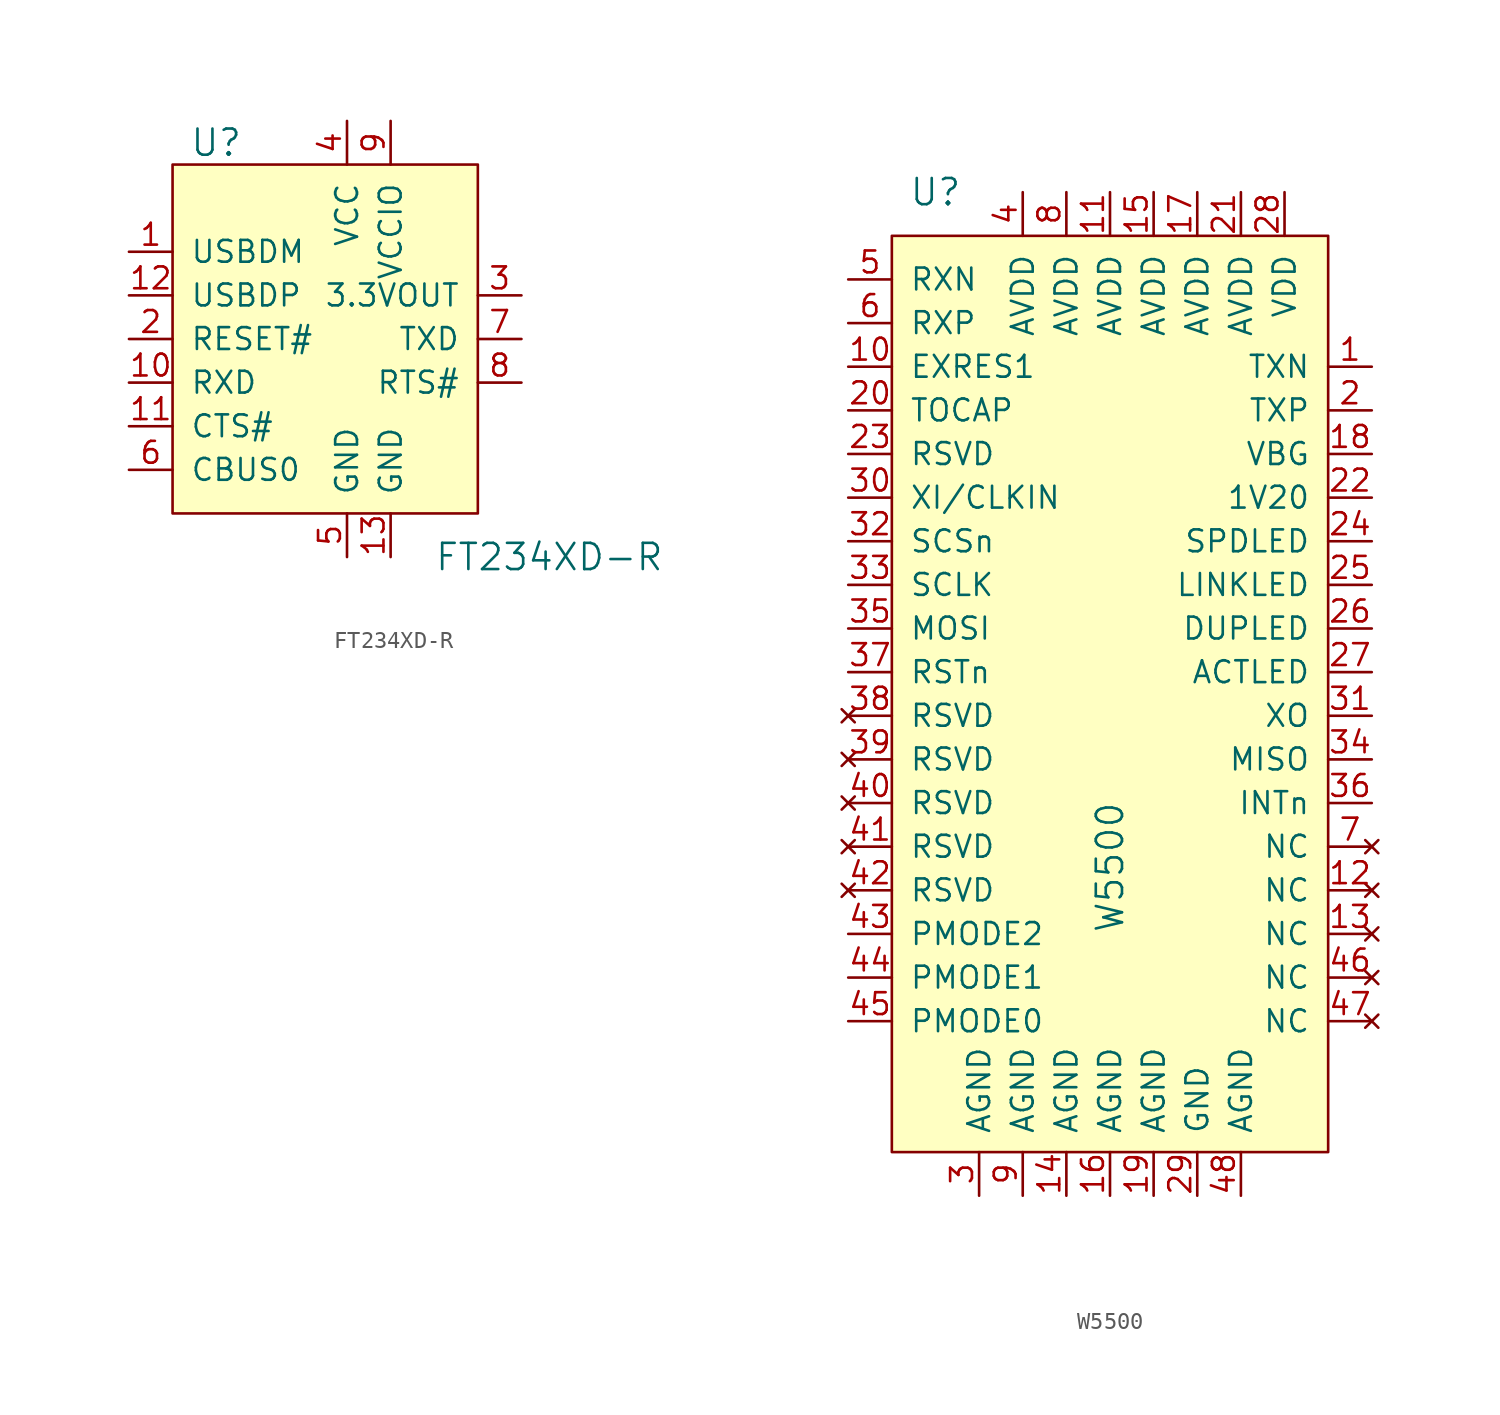
<source format=kicad_sym>
(kicad_symbol_lib
  (version 20220914)
  (generator kicad_symbol_editor)
  (symbol "FT234XD-R"
    (pin_names
      (offset 1.016))
    (property "Reference" "U"
      (at -5.08 8.89 0)
      (effects (font (size 1.524 1.524))))
    (property "Value" "FT234XD-R"
      (at 7.62 -15.24 0)
      (effects (font (size 1.524 1.524)) (justify left)))
    (symbol "FT234XD-R_0_1"
      (rectangle (start -7.62 7.62) (end 10.16 -12.7) (stroke (width 0) (type solid)) (fill (type background))))
    (symbol "FT234XD-R_1_1"
      (pin bidirectional line (at -10.16 2.54 0) (length 2.54) (name "USBDM" (effects (font (size 1.27 1.27)))) (number "1" (effects (font (size 1.27 1.27)))))
      (pin input line (at -10.16 -5.08 0) (length 2.54) (name "RXD" (effects (font (size 1.27 1.27)))) (number "10" (effects (font (size 1.27 1.27)))))
      (pin input line (at -10.16 -7.62 0) (length 2.54) (name "CTS#" (effects (font (size 1.27 1.27)))) (number "11" (effects (font (size 1.27 1.27)))))
      (pin bidirectional line (at -10.16 0 0) (length 2.54) (name "USBDP" (effects (font (size 1.27 1.27)))) (number "12" (effects (font (size 1.27 1.27)))))
      (pin power_in line (at 5.08 -15.24 90) (length 2.54) (name "GND" (effects (font (size 1.27 1.27)))) (number "13" (effects (font (size 1.27 1.27)))))
      (pin input line (at -10.16 -2.54 0) (length 2.54) (name "RESET#" (effects (font (size 1.27 1.27)))) (number "2" (effects (font (size 1.27 1.27)))))
      (pin passive line (at 12.7 0 180) (length 2.54) (name "3.3VOUT" (effects (font (size 1.27 1.27)))) (number "3" (effects (font (size 1.27 1.27)))))
      (pin power_in line (at 2.54 10.16 270) (length 2.54) (name "VCC" (effects (font (size 1.27 1.27)))) (number "4" (effects (font (size 1.27 1.27)))))
      (pin power_in line (at 2.54 -15.24 90) (length 2.54) (name "GND" (effects (font (size 1.27 1.27)))) (number "5" (effects (font (size 1.27 1.27)))))
      (pin bidirectional line (at -10.16 -10.16 0) (length 2.54) (name "CBUS0" (effects (font (size 1.27 1.27)))) (number "6" (effects (font (size 1.27 1.27)))))
      (pin output line (at 12.7 -2.54 180) (length 2.54) (name "TXD" (effects (font (size 1.27 1.27)))) (number "7" (effects (font (size 1.27 1.27)))))
      (pin output line (at 12.7 -5.08 180) (length 2.54) (name "RTS#" (effects (font (size 1.27 1.27)))) (number "8" (effects (font (size 1.27 1.27)))))
      (pin power_in line (at 5.08 10.16 270) (length 2.54) (name "VCCIO" (effects (font (size 1.27 1.27)))) (number "9" (effects (font (size 1.27 1.27)))))))
  (symbol "W5500"
    (pin_names
      (offset 1.016))
    (property "Reference" "U"
      (at -15.24 5.08 0)
      (effects (font (size 1.524 1.524))))
    (property "Value" "W5500"
      (at -5.08 -38.1 90)
      (effects (font (size 1.524 1.524)) (justify left)))
    (symbol "W5500_0_1"
      (rectangle (start -17.78 2.54) (end 7.62 -50.8) (stroke (width 0) (type solid)) (fill (type background))))
    (symbol "W5500_1_1"
      (pin output line (at 10.16 -5.08 180) (length 2.54) (name "TXN" (effects (font (size 1.27 1.27)))) (number "1" (effects (font (size 1.27 1.27)))))
      (pin passive line (at -20.32 -5.08 0) (length 2.54) (name "EXRES1" (effects (font (size 1.27 1.27)))) (number "10" (effects (font (size 1.27 1.27)))))
      (pin power_in line (at -5.08 5.08 270) (length 2.54) (name "AVDD" (effects (font (size 1.27 1.27)))) (number "11" (effects (font (size 1.27 1.27)))))
      (pin no_connect line (at 10.16 -35.56 180) (length 2.54) (name "NC" (effects (font (size 1.27 1.27)))) (number "12" (effects (font (size 1.27 1.27)))))
      (pin no_connect line (at 10.16 -38.1 180) (length 2.54) (name "NC" (effects (font (size 1.27 1.27)))) (number "13" (effects (font (size 1.27 1.27)))))
      (pin power_in line (at -7.62 -53.34 90) (length 2.54) (name "AGND" (effects (font (size 1.27 1.27)))) (number "14" (effects (font (size 1.27 1.27)))))
      (pin power_in line (at -2.54 5.08 270) (length 2.54) (name "AVDD" (effects (font (size 1.27 1.27)))) (number "15" (effects (font (size 1.27 1.27)))))
      (pin power_in line (at -5.08 -53.34 90) (length 2.54) (name "AGND" (effects (font (size 1.27 1.27)))) (number "16" (effects (font (size 1.27 1.27)))))
      (pin power_in line (at 0 5.08 270) (length 2.54) (name "AVDD" (effects (font (size 1.27 1.27)))) (number "17" (effects (font (size 1.27 1.27)))))
      (pin output line (at 10.16 -10.16 180) (length 2.54) (name "VBG" (effects (font (size 1.27 1.27)))) (number "18" (effects (font (size 1.27 1.27)))))
      (pin power_in line (at -2.54 -53.34 90) (length 2.54) (name "AGND" (effects (font (size 1.27 1.27)))) (number "19" (effects (font (size 1.27 1.27)))))
      (pin output line (at 10.16 -7.62 180) (length 2.54) (name "TXP" (effects (font (size 1.27 1.27)))) (number "2" (effects (font (size 1.27 1.27)))))
      (pin passive line (at -20.32 -7.62 0) (length 2.54) (name "TOCAP" (effects (font (size 1.27 1.27)))) (number "20" (effects (font (size 1.27 1.27)))))
      (pin power_in line (at 2.54 5.08 270) (length 2.54) (name "AVDD" (effects (font (size 1.27 1.27)))) (number "21" (effects (font (size 1.27 1.27)))))
      (pin power_out line (at 10.16 -12.7 180) (length 2.54) (name "1V20" (effects (font (size 1.27 1.27)))) (number "22" (effects (font (size 1.27 1.27)))))
      (pin passive line (at -20.32 -10.16 0) (length 2.54) (name "RSVD" (effects (font (size 1.27 1.27)))) (number "23" (effects (font (size 1.27 1.27)))))
      (pin output line (at 10.16 -15.24 180) (length 2.54) (name "SPDLED" (effects (font (size 1.27 1.27)))) (number "24" (effects (font (size 1.27 1.27)))))
      (pin output line (at 10.16 -17.78 180) (length 2.54) (name "LINKLED" (effects (font (size 1.27 1.27)))) (number "25" (effects (font (size 1.27 1.27)))))
      (pin output line (at 10.16 -20.32 180) (length 2.54) (name "DUPLED" (effects (font (size 1.27 1.27)))) (number "26" (effects (font (size 1.27 1.27)))))
      (pin output line (at 10.16 -22.86 180) (length 2.54) (name "ACTLED" (effects (font (size 1.27 1.27)))) (number "27" (effects (font (size 1.27 1.27)))))
      (pin power_in line (at 5.08 5.08 270) (length 2.54) (name "VDD" (effects (font (size 1.27 1.27)))) (number "28" (effects (font (size 1.27 1.27)))))
      (pin power_in line (at 0 -53.34 90) (length 2.54) (name "GND" (effects (font (size 1.27 1.27)))) (number "29" (effects (font (size 1.27 1.27)))))
      (pin power_in line (at -12.7 -53.34 90) (length 2.54) (name "AGND" (effects (font (size 1.27 1.27)))) (number "3" (effects (font (size 1.27 1.27)))))
      (pin input line (at -20.32 -12.7 0) (length 2.54) (name "XI/CLKIN" (effects (font (size 1.27 1.27)))) (number "30" (effects (font (size 1.27 1.27)))))
      (pin output line (at 10.16 -25.4 180) (length 2.54) (name "XO" (effects (font (size 1.27 1.27)))) (number "31" (effects (font (size 1.27 1.27)))))
      (pin input line (at -20.32 -15.24 0) (length 2.54) (name "SCSn" (effects (font (size 1.27 1.27)))) (number "32" (effects (font (size 1.27 1.27)))))
      (pin input line (at -20.32 -17.78 0) (length 2.54) (name "SCLK" (effects (font (size 1.27 1.27)))) (number "33" (effects (font (size 1.27 1.27)))))
      (pin output line (at 10.16 -27.94 180) (length 2.54) (name "MISO" (effects (font (size 1.27 1.27)))) (number "34" (effects (font (size 1.27 1.27)))))
      (pin input line (at -20.32 -20.32 0) (length 2.54) (name "MOSI" (effects (font (size 1.27 1.27)))) (number "35" (effects (font (size 1.27 1.27)))))
      (pin output line (at 10.16 -30.48 180) (length 2.54) (name "INTn" (effects (font (size 1.27 1.27)))) (number "36" (effects (font (size 1.27 1.27)))))
      (pin input line (at -20.32 -22.86 0) (length 2.54) (name "RSTn" (effects (font (size 1.27 1.27)))) (number "37" (effects (font (size 1.27 1.27)))))
      (pin no_connect line (at -20.32 -25.4 0) (length 2.54) (name "RSVD" (effects (font (size 1.27 1.27)))) (number "38" (effects (font (size 1.27 1.27)))))
      (pin no_connect line (at -20.32 -27.94 0) (length 2.54) (name "RSVD" (effects (font (size 1.27 1.27)))) (number "39" (effects (font (size 1.27 1.27)))))
      (pin power_in line (at -10.16 5.08 270) (length 2.54) (name "AVDD" (effects (font (size 1.27 1.27)))) (number "4" (effects (font (size 1.27 1.27)))))
      (pin no_connect line (at -20.32 -30.48 0) (length 2.54) (name "RSVD" (effects (font (size 1.27 1.27)))) (number "40" (effects (font (size 1.27 1.27)))))
      (pin no_connect line (at -20.32 -33.02 0) (length 2.54) (name "RSVD" (effects (font (size 1.27 1.27)))) (number "41" (effects (font (size 1.27 1.27)))))
      (pin no_connect line (at -20.32 -35.56 0) (length 2.54) (name "RSVD" (effects (font (size 1.27 1.27)))) (number "42" (effects (font (size 1.27 1.27)))))
      (pin input line (at -20.32 -38.1 0) (length 2.54) (name "PMODE2" (effects (font (size 1.27 1.27)))) (number "43" (effects (font (size 1.27 1.27)))))
      (pin input line (at -20.32 -40.64 0) (length 2.54) (name "PMODE1" (effects (font (size 1.27 1.27)))) (number "44" (effects (font (size 1.27 1.27)))))
      (pin input line (at -20.32 -43.18 0) (length 2.54) (name "PMODE0" (effects (font (size 1.27 1.27)))) (number "45" (effects (font (size 1.27 1.27)))))
      (pin no_connect line (at 10.16 -40.64 180) (length 2.54) (name "NC" (effects (font (size 1.27 1.27)))) (number "46" (effects (font (size 1.27 1.27)))))
      (pin no_connect line (at 10.16 -43.18 180) (length 2.54) (name "NC" (effects (font (size 1.27 1.27)))) (number "47" (effects (font (size 1.27 1.27)))))
      (pin power_in line (at 2.54 -53.34 90) (length 2.54) (name "AGND" (effects (font (size 1.27 1.27)))) (number "48" (effects (font (size 1.27 1.27)))))
      (pin input line (at -20.32 0 0) (length 2.54) (name "RXN" (effects (font (size 1.27 1.27)))) (number "5" (effects (font (size 1.27 1.27)))))
      (pin input line (at -20.32 -2.54 0) (length 2.54) (name "RXP" (effects (font (size 1.27 1.27)))) (number "6" (effects (font (size 1.27 1.27)))))
      (pin no_connect line (at 10.16 -33.02 180) (length 2.54) (name "NC" (effects (font (size 1.27 1.27)))) (number "7" (effects (font (size 1.27 1.27)))))
      (pin power_in line (at -7.62 5.08 270) (length 2.54) (name "AVDD" (effects (font (size 1.27 1.27)))) (number "8" (effects (font (size 1.27 1.27)))))
      (pin power_in line (at -10.16 -53.34 90) (length 2.54) (name "AGND" (effects (font (size 1.27 1.27)))) (number "9" (effects (font (size 1.27 1.27))))))))
</source>
